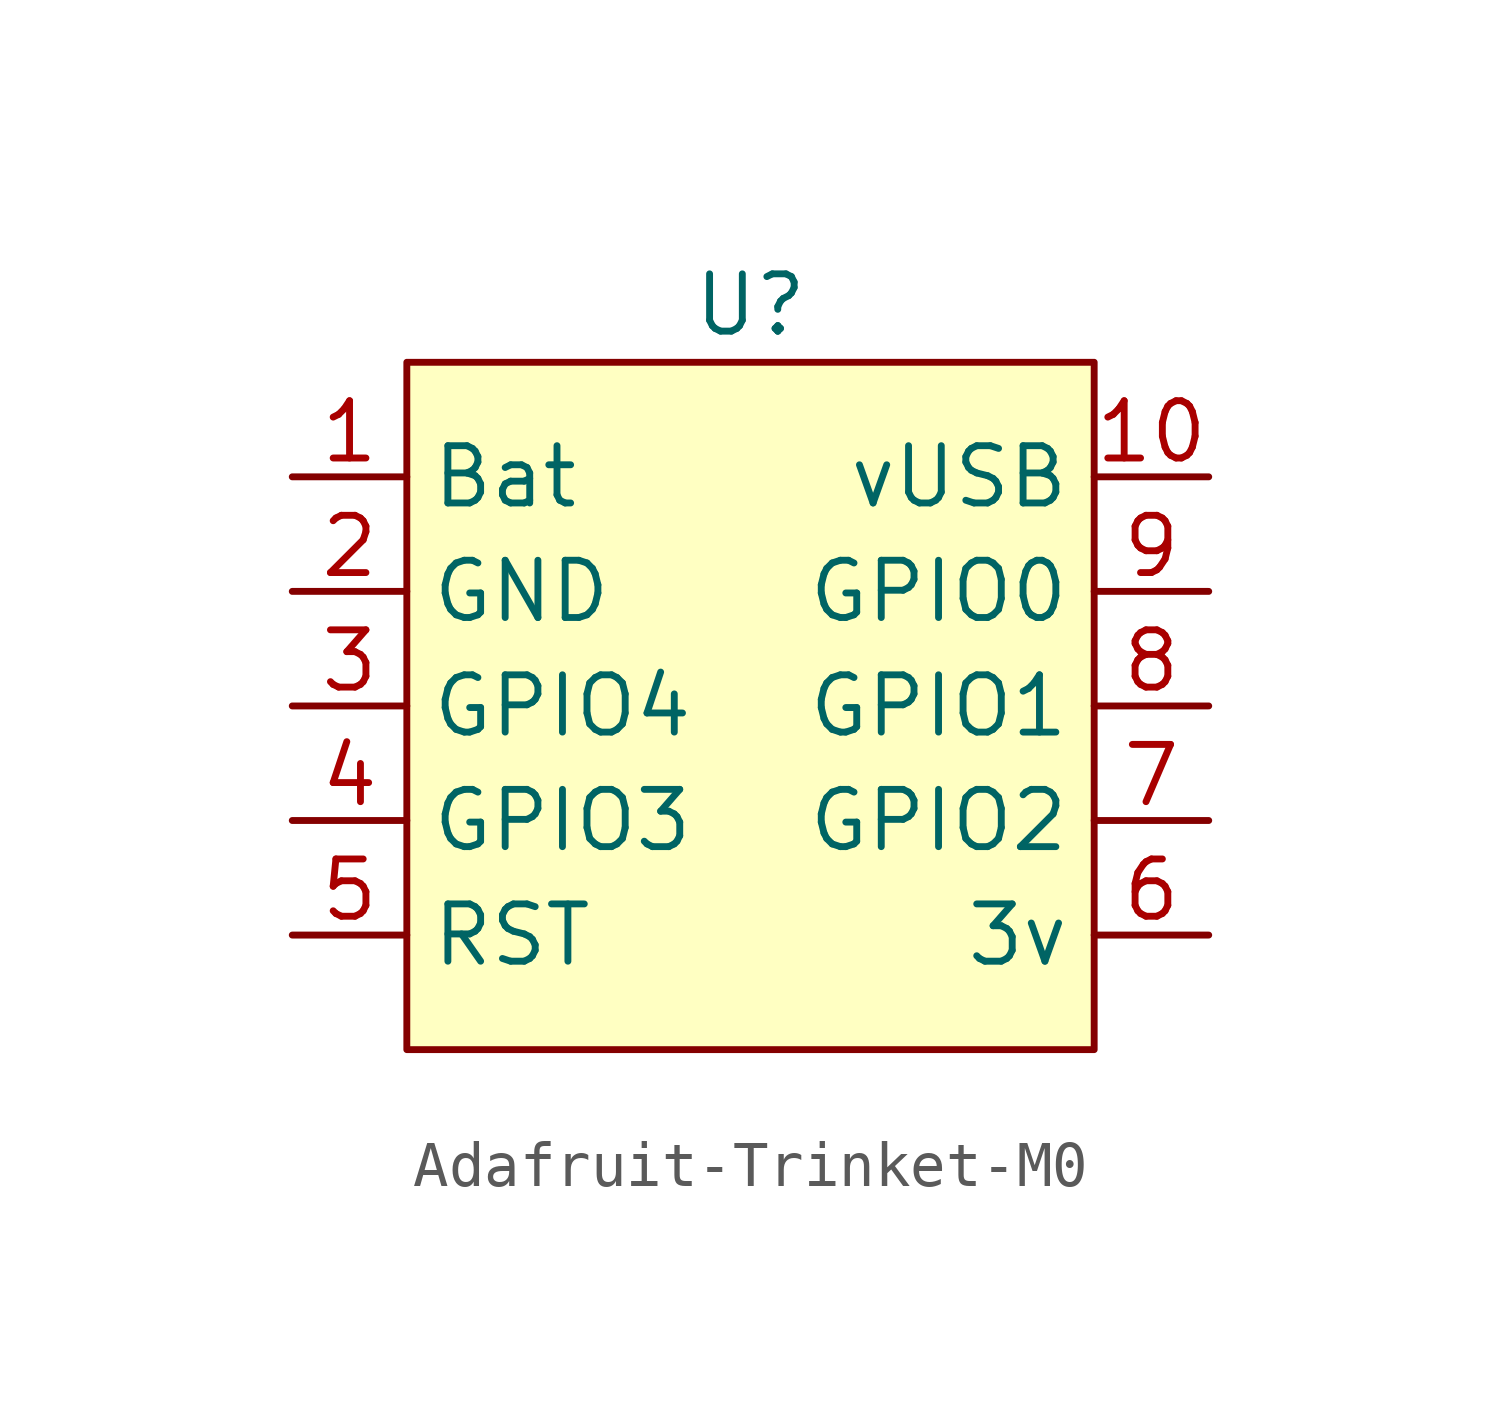
<source format=kicad_sym>
(kicad_symbol_lib
  (version 20220914)
  (generator kicad_symbol_editor)
  (symbol "Adafruit-Trinket-M0"
    (property "Reference" "U"
      (at 0 8.89 0)
      (effects (font (size 1.27 1.27))))
    (property "Value" ""
      (at 0 0 0)
      (effects (font (size 1.27 1.27))))
    (symbol "Adafruit-Trinket-M0_1_1"
      (rectangle (start -7.62 7.62) (end 7.62 -7.62) (stroke (width 0) (type default)) (fill (type background)))
      (pin input line (at -10.16 5.08 0) (length 2.54) (name "Bat" (effects (font (size 1.27 1.27)))) (number "1" (effects (font (size 1.27 1.27)))))
      (pin input line (at 10.16 5.08 180) (length 2.54) (name "vUSB" (effects (font (size 1.27 1.27)))) (number "10" (effects (font (size 1.27 1.27)))))
      (pin input line (at -10.16 2.54 0) (length 2.54) (name "GND" (effects (font (size 1.27 1.27)))) (number "2" (effects (font (size 1.27 1.27)))))
      (pin input line (at -10.16 0 0) (length 2.54) (name "GPIO4" (effects (font (size 1.27 1.27)))) (number "3" (effects (font (size 1.27 1.27)))))
      (pin input line (at -10.16 -2.54 0) (length 2.54) (name "GPIO3" (effects (font (size 1.27 1.27)))) (number "4" (effects (font (size 1.27 1.27)))))
      (pin input line (at -10.16 -5.08 0) (length 2.54) (name "RST" (effects (font (size 1.27 1.27)))) (number "5" (effects (font (size 1.27 1.27)))))
      (pin input line (at 10.16 -5.08 180) (length 2.54) (name "3v" (effects (font (size 1.27 1.27)))) (number "6" (effects (font (size 1.27 1.27)))))
      (pin input line (at 10.16 -2.54 180) (length 2.54) (name "GPIO2" (effects (font (size 1.27 1.27)))) (number "7" (effects (font (size 1.27 1.27)))))
      (pin input line (at 10.16 0 180) (length 2.54) (name "GPIO1" (effects (font (size 1.27 1.27)))) (number "8" (effects (font (size 1.27 1.27)))))
      (pin input line (at 10.16 2.54 180) (length 2.54) (name "GPIO0" (effects (font (size 1.27 1.27)))) (number "9" (effects (font (size 1.27 1.27))))))))
</source>
